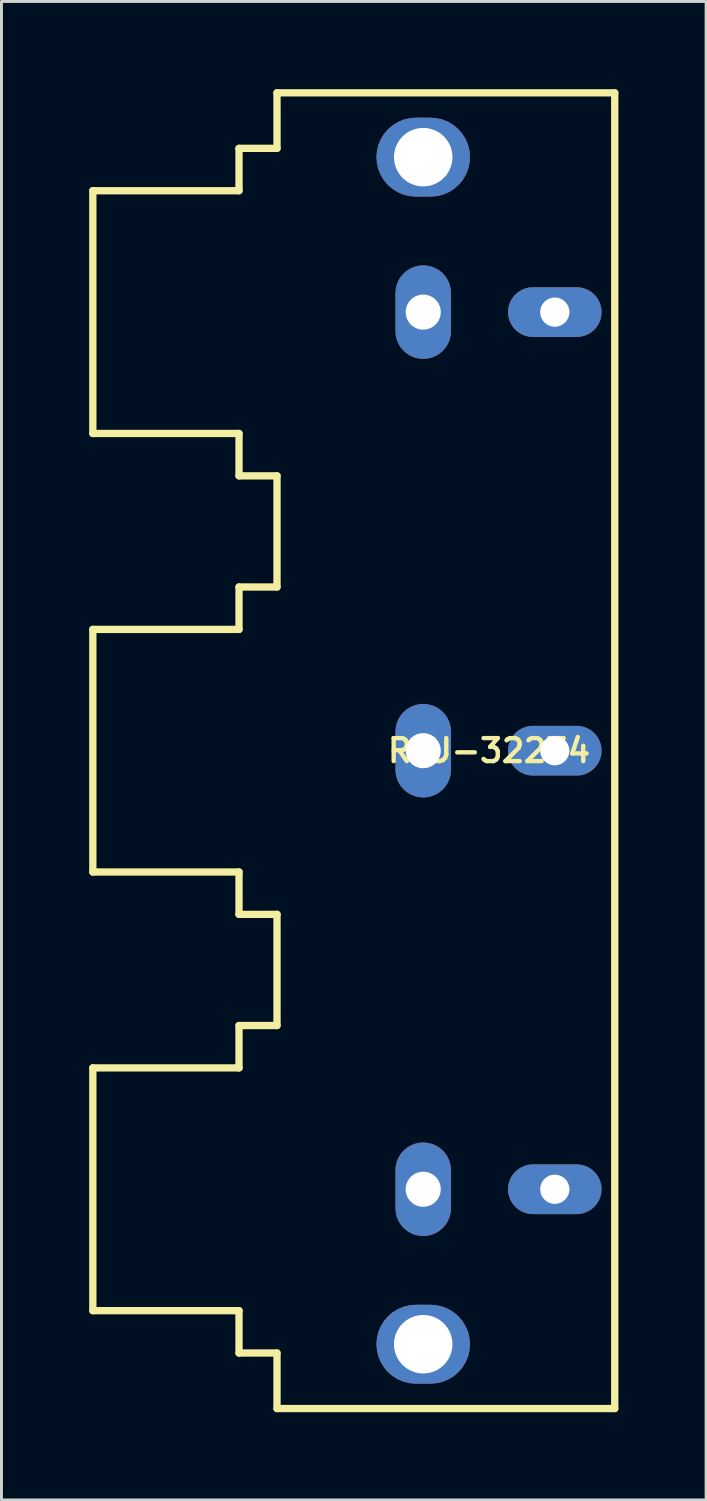
<source format=kicad_pcb>
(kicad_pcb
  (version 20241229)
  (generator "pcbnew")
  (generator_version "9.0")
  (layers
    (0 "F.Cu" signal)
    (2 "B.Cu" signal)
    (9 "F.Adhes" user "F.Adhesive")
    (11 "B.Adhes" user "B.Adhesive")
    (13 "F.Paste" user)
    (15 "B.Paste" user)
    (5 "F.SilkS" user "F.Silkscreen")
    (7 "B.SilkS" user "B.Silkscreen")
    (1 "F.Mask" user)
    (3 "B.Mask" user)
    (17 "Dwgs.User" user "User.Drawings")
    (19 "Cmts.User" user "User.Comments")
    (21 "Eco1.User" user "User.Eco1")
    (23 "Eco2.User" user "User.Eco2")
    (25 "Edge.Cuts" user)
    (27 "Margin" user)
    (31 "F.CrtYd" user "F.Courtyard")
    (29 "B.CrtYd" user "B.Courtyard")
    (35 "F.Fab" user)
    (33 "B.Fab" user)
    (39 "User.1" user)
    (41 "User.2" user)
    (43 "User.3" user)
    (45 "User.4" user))
  (footprint "RCJ-32234"
    (layer "F.Cu")
    (at 13.675 22.625)
    (property "Reference" "RCJ-32234" (at 0 0 0) (layer "F.SilkS") (effects (font (size 0.787 0.787) (thickness 0.15))))
    (attr through_hole)
    (fp_poly (pts (xy -2.5 -21.752) (xy -2.727 -21.734) (xy -2.949 -21.681) (xy -3.159 -21.593) (xy -3.353 -21.474) (xy -3.526 -21.326) (xy -3.674 -21.153) (xy -3.793 -20.959) (xy -3.881 -20.749) (xy -3.934 -20.527) (xy -3.952 -20.3) (xy -3.934 -20.073) (xy -3.881 -19.851) (xy -3.793 -19.641) (xy -3.674 -19.447) (xy -3.526 -19.274) (xy -3.353 -19.126) (xy -3.159 -19.007) (xy -2.949 -18.919) (xy -2.727 -18.866) (xy -2.5 -18.848) (xy -2 -18.848) (xy -1.773 -18.866) (xy -1.551 -18.919) (xy -1.341 -19.007) (xy -1.147 -19.126) (xy -0.974 -19.274) (xy -0.826 -19.447) (xy -0.707 -19.641) (xy -0.619 -19.851) (xy -0.566 -20.073) (xy -0.548 -20.3) (xy -0.566 -20.527) (xy -0.619 -20.749) (xy -0.707 -20.959) (xy -0.826 -21.153) (xy -0.974 -21.326) (xy -1.147 -21.474) (xy -1.341 -21.593) (xy -1.551 -21.681) (xy -1.773 -21.734) (xy -2 -21.752)) (stroke (width 0.002) (type solid)) (fill yes) (layer "F.Mask"))
    (fp_poly (pts (xy -2.5 18.848) (xy -2.727 18.866) (xy -2.949 18.919) (xy -3.159 19.007) (xy -3.353 19.126) (xy -3.526 19.274) (xy -3.674 19.447) (xy -3.793 19.641) (xy -3.881 19.851) (xy -3.934 20.073) (xy -3.952 20.3) (xy -3.934 20.527) (xy -3.881 20.749) (xy -3.793 20.959) (xy -3.674 21.153) (xy -3.526 21.326) (xy -3.353 21.474) (xy -3.159 21.593) (xy -2.949 21.681) (xy -2.727 21.734) (xy -2.5 21.752) (xy -2 21.752) (xy -1.773 21.734) (xy -1.551 21.681) (xy -1.341 21.593) (xy -1.147 21.474) (xy -0.974 21.326) (xy -0.826 21.153) (xy -0.707 20.959) (xy -0.619 20.749) (xy -0.566 20.527) (xy -0.548 20.3) (xy -0.566 20.073) (xy -0.619 19.851) (xy -0.707 19.641) (xy -0.826 19.447) (xy -0.974 19.274) (xy -1.147 19.126) (xy -1.341 19.007) (xy -1.551 18.919) (xy -1.773 18.866) (xy -2 18.848)) (stroke (width 0.002) (type solid)) (fill yes) (layer "F.Mask"))
    (fp_poly (pts (xy -1.198 -15.65) (xy -1.211 -15.815) (xy -1.25 -15.975) (xy -1.313 -16.127) (xy -1.399 -16.268) (xy -1.506 -16.394) (xy -1.632 -16.501) (xy -1.773 -16.587) (xy -1.925 -16.65) (xy -2.085 -16.689) (xy -2.25 -16.702) (xy -2.415 -16.689) (xy -2.575 -16.65) (xy -2.727 -16.587) (xy -2.868 -16.501) (xy -2.994 -16.394) (xy -3.101 -16.268) (xy -3.187 -16.127) (xy -3.25 -15.975) (xy -3.289 -15.815) (xy -3.302 -15.65) (xy -3.302 -14.35) (xy -3.289 -14.185) (xy -3.25 -14.025) (xy -3.187 -13.873) (xy -3.101 -13.732) (xy -2.994 -13.606) (xy -2.868 -13.499) (xy -2.727 -13.413) (xy -2.575 -13.35) (xy -2.415 -13.311) (xy -2.25 -13.298) (xy -2.085 -13.311) (xy -1.925 -13.35) (xy -1.773 -13.413) (xy -1.632 -13.499) (xy -1.506 -13.606) (xy -1.399 -13.732) (xy -1.313 -13.873) (xy -1.25 -14.025) (xy -1.211 -14.185) (xy -1.198 -14.35)) (stroke (width 0.002) (type solid)) (fill yes) (layer "F.Mask"))
    (fp_poly (pts (xy -1.198 -0.65) (xy -1.211 -0.815) (xy -1.25 -0.975) (xy -1.313 -1.127) (xy -1.399 -1.268) (xy -1.506 -1.394) (xy -1.632 -1.501) (xy -1.773 -1.587) (xy -1.925 -1.65) (xy -2.085 -1.689) (xy -2.25 -1.702) (xy -2.415 -1.689) (xy -2.575 -1.65) (xy -2.727 -1.587) (xy -2.868 -1.501) (xy -2.994 -1.394) (xy -3.101 -1.268) (xy -3.187 -1.127) (xy -3.25 -0.975) (xy -3.289 -0.815) (xy -3.302 -0.65) (xy -3.302 0.65) (xy -3.289 0.815) (xy -3.25 0.975) (xy -3.187 1.127) (xy -3.101 1.268) (xy -2.994 1.394) (xy -2.868 1.501) (xy -2.727 1.587) (xy -2.575 1.65) (xy -2.415 1.689) (xy -2.25 1.702) (xy -2.085 1.689) (xy -1.925 1.65) (xy -1.773 1.587) (xy -1.632 1.501) (xy -1.506 1.394) (xy -1.399 1.268) (xy -1.313 1.127) (xy -1.25 0.975) (xy -1.211 0.815) (xy -1.198 0.65)) (stroke (width 0.002) (type solid)) (fill yes) (layer "F.Mask"))
    (fp_poly (pts (xy -1.198 14.35) (xy -1.211 14.185) (xy -1.25 14.025) (xy -1.313 13.873) (xy -1.399 13.732) (xy -1.506 13.606) (xy -1.632 13.499) (xy -1.773 13.413) (xy -1.925 13.35) (xy -2.085 13.311) (xy -2.25 13.298) (xy -2.415 13.311) (xy -2.575 13.35) (xy -2.727 13.413) (xy -2.868 13.499) (xy -2.994 13.606) (xy -3.101 13.732) (xy -3.187 13.873) (xy -3.25 14.025) (xy -3.289 14.185) (xy -3.302 14.35) (xy -3.302 15.65) (xy -3.289 15.815) (xy -3.25 15.975) (xy -3.187 16.127) (xy -3.101 16.268) (xy -2.994 16.394) (xy -2.868 16.501) (xy -2.727 16.587) (xy -2.575 16.65) (xy -2.415 16.689) (xy -2.25 16.702) (xy -2.085 16.689) (xy -1.925 16.65) (xy -1.773 16.587) (xy -1.632 16.501) (xy -1.506 16.394) (xy -1.399 16.268) (xy -1.313 16.127) (xy -1.25 15.975) (xy -1.211 15.815) (xy -1.198 15.65)) (stroke (width 0.002) (type solid)) (fill yes) (layer "F.Mask"))
    (fp_poly (pts (xy 1.5 -15.952) (xy 1.351 -15.94) (xy 1.206 -15.905) (xy 1.068 -15.848) (xy 0.941 -15.77) (xy 0.827 -15.673) (xy 0.73 -15.559) (xy 0.652 -15.432) (xy 0.595 -15.294) (xy 0.56 -15.149) (xy 0.548 -15) (xy 0.56 -14.851) (xy 0.595 -14.706) (xy 0.652 -14.568) (xy 0.73 -14.441) (xy 0.827 -14.327) (xy 0.941 -14.23) (xy 1.068 -14.152) (xy 1.206 -14.095) (xy 1.351 -14.06) (xy 1.5 -14.048) (xy 3 -14.048) (xy 3.149 -14.06) (xy 3.294 -14.095) (xy 3.432 -14.152) (xy 3.559 -14.23) (xy 3.673 -14.327) (xy 3.77 -14.441) (xy 3.848 -14.568) (xy 3.905 -14.706) (xy 3.94 -14.851) (xy 3.952 -15) (xy 3.94 -15.149) (xy 3.905 -15.294) (xy 3.848 -15.432) (xy 3.77 -15.559) (xy 3.673 -15.673) (xy 3.559 -15.77) (xy 3.432 -15.848) (xy 3.294 -15.905) (xy 3.149 -15.94) (xy 3 -15.952)) (stroke (width 0.002) (type solid)) (fill yes) (layer "F.Mask"))
    (fp_poly (pts (xy 1.5 -0.952) (xy 1.351 -0.94) (xy 1.206 -0.905) (xy 1.068 -0.848) (xy 0.941 -0.77) (xy 0.827 -0.673) (xy 0.73 -0.559) (xy 0.652 -0.432) (xy 0.595 -0.294) (xy 0.56 -0.149) (xy 0.548 0) (xy 0.56 0.149) (xy 0.595 0.294) (xy 0.652 0.432) (xy 0.73 0.559) (xy 0.827 0.673) (xy 0.941 0.77) (xy 1.068 0.848) (xy 1.206 0.905) (xy 1.351 0.94) (xy 1.5 0.952) (xy 3 0.952) (xy 3.149 0.94) (xy 3.294 0.905) (xy 3.432 0.848) (xy 3.559 0.77) (xy 3.673 0.673) (xy 3.77 0.559) (xy 3.848 0.432) (xy 3.905 0.294) (xy 3.94 0.149) (xy 3.952 0) (xy 3.94 -0.149) (xy 3.905 -0.294) (xy 3.848 -0.432) (xy 3.77 -0.559) (xy 3.673 -0.673) (xy 3.559 -0.77) (xy 3.432 -0.848) (xy 3.294 -0.905) (xy 3.149 -0.94) (xy 3 -0.952)) (stroke (width 0.002) (type solid)) (fill yes) (layer "F.Mask"))
    (fp_poly (pts (xy 1.5 14.048) (xy 1.351 14.06) (xy 1.206 14.095) (xy 1.068 14.152) (xy 0.941 14.23) (xy 0.827 14.327) (xy 0.73 14.441) (xy 0.652 14.568) (xy 0.595 14.706) (xy 0.56 14.851) (xy 0.548 15) (xy 0.56 15.149) (xy 0.595 15.294) (xy 0.652 15.432) (xy 0.73 15.559) (xy 0.827 15.673) (xy 0.941 15.77) (xy 1.068 15.848) (xy 1.206 15.905) (xy 1.351 15.94) (xy 1.5 15.952) (xy 3 15.952) (xy 3.149 15.94) (xy 3.294 15.905) (xy 3.432 15.848) (xy 3.559 15.77) (xy 3.673 15.673) (xy 3.77 15.559) (xy 3.848 15.432) (xy 3.905 15.294) (xy 3.94 15.149) (xy 3.952 15) (xy 3.94 14.851) (xy 3.905 14.706) (xy 3.848 14.568) (xy 3.77 14.441) (xy 3.673 14.327) (xy 3.559 14.23) (xy 3.432 14.152) (xy 3.294 14.095) (xy 3.149 14.06) (xy 3 14.048)) (stroke (width 0.002) (type solid)) (fill yes) (layer "F.Mask"))
    (fp_poly (pts (xy -2.5 -21.752) (xy -2.727 -21.734) (xy -2.949 -21.681) (xy -3.159 -21.593) (xy -3.353 -21.474) (xy -3.526 -21.326) (xy -3.674 -21.153) (xy -3.793 -20.959) (xy -3.881 -20.749) (xy -3.934 -20.527) (xy -3.952 -20.3) (xy -3.934 -20.073) (xy -3.881 -19.851) (xy -3.793 -19.641) (xy -3.674 -19.447) (xy -3.526 -19.274) (xy -3.353 -19.126) (xy -3.159 -19.007) (xy -2.949 -18.919) (xy -2.727 -18.866) (xy -2.5 -18.848) (xy -2 -18.848) (xy -1.773 -18.866) (xy -1.551 -18.919) (xy -1.341 -19.007) (xy -1.147 -19.126) (xy -0.974 -19.274) (xy -0.826 -19.447) (xy -0.707 -19.641) (xy -0.619 -19.851) (xy -0.566 -20.073) (xy -0.548 -20.3) (xy -0.566 -20.527) (xy -0.619 -20.749) (xy -0.707 -20.959) (xy -0.826 -21.153) (xy -0.974 -21.326) (xy -1.147 -21.474) (xy -1.341 -21.593) (xy -1.551 -21.681) (xy -1.773 -21.734) (xy -2 -21.752)) (stroke (width 0.002) (type solid)) (fill yes) (layer "B.Mask"))
    (fp_poly (pts (xy -2.5 18.848) (xy -2.727 18.866) (xy -2.949 18.919) (xy -3.159 19.007) (xy -3.353 19.126) (xy -3.526 19.274) (xy -3.674 19.447) (xy -3.793 19.641) (xy -3.881 19.851) (xy -3.934 20.073) (xy -3.952 20.3) (xy -3.934 20.527) (xy -3.881 20.749) (xy -3.793 20.959) (xy -3.674 21.153) (xy -3.526 21.326) (xy -3.353 21.474) (xy -3.159 21.593) (xy -2.949 21.681) (xy -2.727 21.734) (xy -2.5 21.752) (xy -2 21.752) (xy -1.773 21.734) (xy -1.551 21.681) (xy -1.341 21.593) (xy -1.147 21.474) (xy -0.974 21.326) (xy -0.826 21.153) (xy -0.707 20.959) (xy -0.619 20.749) (xy -0.566 20.527) (xy -0.548 20.3) (xy -0.566 20.073) (xy -0.619 19.851) (xy -0.707 19.641) (xy -0.826 19.447) (xy -0.974 19.274) (xy -1.147 19.126) (xy -1.341 19.007) (xy -1.551 18.919) (xy -1.773 18.866) (xy -2 18.848)) (stroke (width 0.002) (type solid)) (fill yes) (layer "B.Mask"))
    (fp_poly (pts (xy -1.198 -15.65) (xy -1.211 -15.815) (xy -1.25 -15.975) (xy -1.313 -16.127) (xy -1.399 -16.268) (xy -1.506 -16.394) (xy -1.632 -16.501) (xy -1.773 -16.587) (xy -1.925 -16.65) (xy -2.085 -16.689) (xy -2.25 -16.702) (xy -2.415 -16.689) (xy -2.575 -16.65) (xy -2.727 -16.587) (xy -2.868 -16.501) (xy -2.994 -16.394) (xy -3.101 -16.268) (xy -3.187 -16.127) (xy -3.25 -15.975) (xy -3.289 -15.815) (xy -3.302 -15.65) (xy -3.302 -14.35) (xy -3.289 -14.185) (xy -3.25 -14.025) (xy -3.187 -13.873) (xy -3.101 -13.732) (xy -2.994 -13.606) (xy -2.868 -13.499) (xy -2.727 -13.413) (xy -2.575 -13.35) (xy -2.415 -13.311) (xy -2.25 -13.298) (xy -2.085 -13.311) (xy -1.925 -13.35) (xy -1.773 -13.413) (xy -1.632 -13.499) (xy -1.506 -13.606) (xy -1.399 -13.732) (xy -1.313 -13.873) (xy -1.25 -14.025) (xy -1.211 -14.185) (xy -1.198 -14.35)) (stroke (width 0.002) (type solid)) (fill yes) (layer "B.Mask"))
    (fp_poly (pts (xy -1.198 -0.65) (xy -1.211 -0.815) (xy -1.25 -0.975) (xy -1.313 -1.127) (xy -1.399 -1.268) (xy -1.506 -1.394) (xy -1.632 -1.501) (xy -1.773 -1.587) (xy -1.925 -1.65) (xy -2.085 -1.689) (xy -2.25 -1.702) (xy -2.415 -1.689) (xy -2.575 -1.65) (xy -2.727 -1.587) (xy -2.868 -1.501) (xy -2.994 -1.394) (xy -3.101 -1.268) (xy -3.187 -1.127) (xy -3.25 -0.975) (xy -3.289 -0.815) (xy -3.302 -0.65) (xy -3.302 0.65) (xy -3.289 0.815) (xy -3.25 0.975) (xy -3.187 1.127) (xy -3.101 1.268) (xy -2.994 1.394) (xy -2.868 1.501) (xy -2.727 1.587) (xy -2.575 1.65) (xy -2.415 1.689) (xy -2.25 1.702) (xy -2.085 1.689) (xy -1.925 1.65) (xy -1.773 1.587) (xy -1.632 1.501) (xy -1.506 1.394) (xy -1.399 1.268) (xy -1.313 1.127) (xy -1.25 0.975) (xy -1.211 0.815) (xy -1.198 0.65)) (stroke (width 0.002) (type solid)) (fill yes) (layer "B.Mask"))
    (fp_poly (pts (xy -1.198 14.35) (xy -1.211 14.185) (xy -1.25 14.025) (xy -1.313 13.873) (xy -1.399 13.732) (xy -1.506 13.606) (xy -1.632 13.499) (xy -1.773 13.413) (xy -1.925 13.35) (xy -2.085 13.311) (xy -2.25 13.298) (xy -2.415 13.311) (xy -2.575 13.35) (xy -2.727 13.413) (xy -2.868 13.499) (xy -2.994 13.606) (xy -3.101 13.732) (xy -3.187 13.873) (xy -3.25 14.025) (xy -3.289 14.185) (xy -3.302 14.35) (xy -3.302 15.65) (xy -3.289 15.815) (xy -3.25 15.975) (xy -3.187 16.127) (xy -3.101 16.268) (xy -2.994 16.394) (xy -2.868 16.501) (xy -2.727 16.587) (xy -2.575 16.65) (xy -2.415 16.689) (xy -2.25 16.702) (xy -2.085 16.689) (xy -1.925 16.65) (xy -1.773 16.587) (xy -1.632 16.501) (xy -1.506 16.394) (xy -1.399 16.268) (xy -1.313 16.127) (xy -1.25 15.975) (xy -1.211 15.815) (xy -1.198 15.65)) (stroke (width 0.002) (type solid)) (fill yes) (layer "B.Mask"))
    (fp_poly (pts (xy 1.5 -15.952) (xy 1.351 -15.94) (xy 1.206 -15.905) (xy 1.068 -15.848) (xy 0.941 -15.77) (xy 0.827 -15.673) (xy 0.73 -15.559) (xy 0.652 -15.432) (xy 0.595 -15.294) (xy 0.56 -15.149) (xy 0.548 -15) (xy 0.56 -14.851) (xy 0.595 -14.706) (xy 0.652 -14.568) (xy 0.73 -14.441) (xy 0.827 -14.327) (xy 0.941 -14.23) (xy 1.068 -14.152) (xy 1.206 -14.095) (xy 1.351 -14.06) (xy 1.5 -14.048) (xy 3 -14.048) (xy 3.149 -14.06) (xy 3.294 -14.095) (xy 3.432 -14.152) (xy 3.559 -14.23) (xy 3.673 -14.327) (xy 3.77 -14.441) (xy 3.848 -14.568) (xy 3.905 -14.706) (xy 3.94 -14.851) (xy 3.952 -15) (xy 3.94 -15.149) (xy 3.905 -15.294) (xy 3.848 -15.432) (xy 3.77 -15.559) (xy 3.673 -15.673) (xy 3.559 -15.77) (xy 3.432 -15.848) (xy 3.294 -15.905) (xy 3.149 -15.94) (xy 3 -15.952)) (stroke (width 0.002) (type solid)) (fill yes) (layer "B.Mask"))
    (fp_poly (pts (xy 1.5 -0.952) (xy 1.351 -0.94) (xy 1.206 -0.905) (xy 1.068 -0.848) (xy 0.941 -0.77) (xy 0.827 -0.673) (xy 0.73 -0.559) (xy 0.652 -0.432) (xy 0.595 -0.294) (xy 0.56 -0.149) (xy 0.548 0) (xy 0.56 0.149) (xy 0.595 0.294) (xy 0.652 0.432) (xy 0.73 0.559) (xy 0.827 0.673) (xy 0.941 0.77) (xy 1.068 0.848) (xy 1.206 0.905) (xy 1.351 0.94) (xy 1.5 0.952) (xy 3 0.952) (xy 3.149 0.94) (xy 3.294 0.905) (xy 3.432 0.848) (xy 3.559 0.77) (xy 3.673 0.673) (xy 3.77 0.559) (xy 3.848 0.432) (xy 3.905 0.294) (xy 3.94 0.149) (xy 3.952 0) (xy 3.94 -0.149) (xy 3.905 -0.294) (xy 3.848 -0.432) (xy 3.77 -0.559) (xy 3.673 -0.673) (xy 3.559 -0.77) (xy 3.432 -0.848) (xy 3.294 -0.905) (xy 3.149 -0.94) (xy 3 -0.952)) (stroke (width 0.002) (type solid)) (fill yes) (layer "B.Mask"))
    (fp_poly (pts (xy 1.5 14.048) (xy 1.351 14.06) (xy 1.206 14.095) (xy 1.068 14.152) (xy 0.941 14.23) (xy 0.827 14.327) (xy 0.73 14.441) (xy 0.652 14.568) (xy 0.595 14.706) (xy 0.56 14.851) (xy 0.548 15) (xy 0.56 15.149) (xy 0.595 15.294) (xy 0.652 15.432) (xy 0.73 15.559) (xy 0.827 15.673) (xy 0.941 15.77) (xy 1.068 15.848) (xy 1.206 15.905) (xy 1.351 15.94) (xy 1.5 15.952) (xy 3 15.952) (xy 3.149 15.94) (xy 3.294 15.905) (xy 3.432 15.848) (xy 3.559 15.77) (xy 3.673 15.673) (xy 3.77 15.559) (xy 3.848 15.432) (xy 3.905 15.294) (xy 3.94 15.149) (xy 3.952 15) (xy 3.94 14.851) (xy 3.905 14.706) (xy 3.848 14.568) (xy 3.77 14.441) (xy 3.673 14.327) (xy 3.559 14.23) (xy 3.432 14.152) (xy 3.294 14.095) (xy 3.149 14.06) (xy 3 14.048)) (stroke (width 0.002) (type solid)) (fill yes) (layer "B.Mask"))
    (fp_line (start -13.55 -19.152) (end -8.55 -19.152) (stroke (width 0.25) (type solid)) (layer "F.SilkS"))
    (fp_line (start -13.55 -10.849) (end -13.55 -19.152) (stroke (width 0.25) (type solid)) (layer "F.SilkS"))
    (fp_line (start -13.55 -10.849) (end -8.55 -10.849) (stroke (width 0.25) (type solid)) (layer "F.SilkS"))
    (fp_line (start -13.55 -4.149) (end -8.55 -4.149) (stroke (width 0.25) (type solid)) (layer "F.SilkS"))
    (fp_line (start -13.55 4.149) (end -13.55 -4.149) (stroke (width 0.25) (type solid)) (layer "F.SilkS"))
    (fp_line (start -13.55 4.149) (end -8.55 4.149) (stroke (width 0.25) (type solid)) (layer "F.SilkS"))
    (fp_line (start -13.55 10.849) (end -8.55 10.849) (stroke (width 0.25) (type solid)) (layer "F.SilkS"))
    (fp_line (start -13.55 19.152) (end -13.55 10.849) (stroke (width 0.25) (type solid)) (layer "F.SilkS"))
    (fp_line (start -13.55 19.152) (end -8.55 19.152) (stroke (width 0.25) (type solid)) (layer "F.SilkS"))
    (fp_line (start -8.55 -20.601) (end -7.251 -20.601) (stroke (width 0.25) (type solid)) (layer "F.SilkS"))
    (fp_line (start -8.55 -19.152) (end -8.55 -20.601) (stroke (width 0.25) (type solid)) (layer "F.SilkS"))
    (fp_line (start -8.55 -9.4) (end -8.55 -10.849) (stroke (width 0.25) (type solid)) (layer "F.SilkS"))
    (fp_line (start -8.55 -5.598) (end -7.251 -5.598) (stroke (width 0.25) (type solid)) (layer "F.SilkS"))
    (fp_line (start -8.55 -4.149) (end -8.55 -5.598) (stroke (width 0.25) (type solid)) (layer "F.SilkS"))
    (fp_line (start -8.55 5.598) (end -8.55 4.149) (stroke (width 0.25) (type solid)) (layer "F.SilkS"))
    (fp_line (start -8.55 9.4) (end -7.251 9.4) (stroke (width 0.25) (type solid)) (layer "F.SilkS"))
    (fp_line (start -8.55 10.849) (end -8.55 9.4) (stroke (width 0.25) (type solid)) (layer "F.SilkS"))
    (fp_line (start -8.55 19.152) (end -8.55 20.601) (stroke (width 0.25) (type solid)) (layer "F.SilkS"))
    (fp_line (start -8.55 20.601) (end -7.251 20.601) (stroke (width 0.25) (type solid)) (layer "F.SilkS"))
    (fp_line (start -7.251 -20.601) (end -7.251 -22.5) (stroke (width 0.25) (type solid)) (layer "F.SilkS"))
    (fp_line (start -7.251 -9.4) (end -8.55 -9.4) (stroke (width 0.25) (type solid)) (layer "F.SilkS"))
    (fp_line (start -7.251 -5.598) (end -7.251 -9.4) (stroke (width 0.25) (type solid)) (layer "F.SilkS"))
    (fp_line (start -7.251 5.598) (end -8.55 5.598) (stroke (width 0.25) (type solid)) (layer "F.SilkS"))
    (fp_line (start -7.251 9.4) (end -7.251 5.598) (stroke (width 0.25) (type solid)) (layer "F.SilkS"))
    (fp_line (start -7.251 20.601) (end -7.251 22.5) (stroke (width 0.25) (type solid)) (layer "F.SilkS"))
    (fp_line (start 4.3 -22.5) (end -7.251 -22.5) (stroke (width 0.25) (type solid)) (layer "F.SilkS"))
    (fp_line (start 4.3 22.5) (end -7.251 22.5) (stroke (width 0.25) (type solid)) (layer "F.SilkS"))
    (fp_line (start 4.3 22.5) (end 4.3 -22.5) (stroke (width 0.25) (type solid)) (layer "F.SilkS"))
    (pad "1" thru_hole custom (at -2.25 -15) (size 1.9 1.9) (drill 1.2) (layers "*.Cu") (options (anchor circle)) (primitives (gr_poly (pts (xy 0.949 -0.65) (xy 0.937 -0.798) (xy 0.903 -0.943) (xy 0.846 -1.081) (xy 0.768 -1.208) (xy 0.671 -1.321) (xy 0.558 -1.418) (xy 0.431 -1.496) (xy 0.293 -1.553) (xy 0.148 -1.587) (xy 0 -1.599) (xy -0.148 -1.587) (xy -0.293 -1.553) (xy -0.431 -1.496) (xy -0.558 -1.418) (xy -0.671 -1.321) (xy -0.768 -1.208) (xy -0.846 -1.081) (xy -0.903 -0.943) (xy -0.937 -0.798) (xy -0.949 -0.65) (xy -0.949 0.65) (xy -0.937 0.798) (xy -0.903 0.943) (xy -0.846 1.081) (xy -0.768 1.208) (xy -0.671 1.321) (xy -0.558 1.418) (xy -0.431 1.496) (xy -0.293 1.553) (xy -0.148 1.587) (xy 0 1.599) (xy 0.148 1.587) (xy 0.293 1.553) (xy 0.431 1.496) (xy 0.558 1.418) (xy 0.671 1.321) (xy 0.768 1.208) (xy 0.846 1.081) (xy 0.903 0.943) (xy 0.937 0.798) (xy 0.949 0.65)) (width 0.002) (fill yes))))
    (pad "2" thru_hole custom (at 2.25 -15) (size 1.7 1.7) (drill 1) (layers "*.Cu") (options (anchor circle)) (primitives (gr_poly (pts (xy -0.75 -0.849) (xy -0.883 -0.839) (xy -1.012 -0.807) (xy -1.135 -0.756) (xy -1.249 -0.687) (xy -1.35 -0.6) (xy -1.437 -0.499) (xy -1.506 -0.385) (xy -1.557 -0.262) (xy -1.589 -0.133) (xy -1.599 0) (xy -1.589 0.133) (xy -1.557 0.262) (xy -1.506 0.385) (xy -1.437 0.499) (xy -1.35 0.6) (xy -1.249 0.687) (xy -1.135 0.756) (xy -1.012 0.807) (xy -0.883 0.839) (xy -0.75 0.849) (xy 0.75 0.849) (xy 0.883 0.839) (xy 1.012 0.807) (xy 1.135 0.756) (xy 1.249 0.687) (xy 1.35 0.6) (xy 1.437 0.499) (xy 1.506 0.385) (xy 1.557 0.262) (xy 1.589 0.133) (xy 1.599 0) (xy 1.589 -0.133) (xy 1.557 -0.262) (xy 1.506 -0.385) (xy 1.437 -0.499) (xy 1.35 -0.6) (xy 1.249 -0.687) (xy 1.135 -0.756) (xy 1.012 -0.807) (xy 0.883 -0.839) (xy 0.75 -0.849)) (width 0.002) (fill yes))))
    (pad "3" thru_hole custom (at -2.25 0) (size 1.9 1.9) (drill 1.2) (layers "*.Cu") (options (anchor circle)) (primitives (gr_poly (pts (xy 0.949 -0.65) (xy 0.937 -0.798) (xy 0.903 -0.943) (xy 0.846 -1.081) (xy 0.768 -1.208) (xy 0.671 -1.321) (xy 0.558 -1.418) (xy 0.431 -1.496) (xy 0.293 -1.553) (xy 0.148 -1.587) (xy 0 -1.599) (xy -0.148 -1.587) (xy -0.293 -1.553) (xy -0.431 -1.496) (xy -0.558 -1.418) (xy -0.671 -1.321) (xy -0.768 -1.208) (xy -0.846 -1.081) (xy -0.903 -0.943) (xy -0.937 -0.798) (xy -0.949 -0.65) (xy -0.949 0.65) (xy -0.937 0.798) (xy -0.903 0.943) (xy -0.846 1.081) (xy -0.768 1.208) (xy -0.671 1.321) (xy -0.558 1.418) (xy -0.431 1.496) (xy -0.293 1.553) (xy -0.148 1.587) (xy 0 1.599) (xy 0.148 1.587) (xy 0.293 1.553) (xy 0.431 1.496) (xy 0.558 1.418) (xy 0.671 1.321) (xy 0.768 1.208) (xy 0.846 1.081) (xy 0.903 0.943) (xy 0.937 0.798) (xy 0.949 0.65)) (width 0.002) (fill yes))))
    (pad "4" thru_hole custom (at 2.25 0) (size 1.7 1.7) (drill 1) (layers "*.Cu") (options (anchor circle)) (primitives (gr_poly (pts (xy -0.75 -0.849) (xy -0.883 -0.839) (xy -1.012 -0.807) (xy -1.135 -0.756) (xy -1.249 -0.687) (xy -1.35 -0.6) (xy -1.437 -0.499) (xy -1.506 -0.385) (xy -1.557 -0.262) (xy -1.589 -0.133) (xy -1.599 0) (xy -1.589 0.133) (xy -1.557 0.262) (xy -1.506 0.385) (xy -1.437 0.499) (xy -1.35 0.6) (xy -1.249 0.687) (xy -1.135 0.756) (xy -1.012 0.807) (xy -0.883 0.839) (xy -0.75 0.849) (xy 0.75 0.849) (xy 0.883 0.839) (xy 1.012 0.807) (xy 1.135 0.756) (xy 1.249 0.687) (xy 1.35 0.6) (xy 1.437 0.499) (xy 1.506 0.385) (xy 1.557 0.262) (xy 1.589 0.133) (xy 1.599 0) (xy 1.589 -0.133) (xy 1.557 -0.262) (xy 1.506 -0.385) (xy 1.437 -0.499) (xy 1.35 -0.6) (xy 1.249 -0.687) (xy 1.135 -0.756) (xy 1.012 -0.807) (xy 0.883 -0.839) (xy 0.75 -0.849)) (width 0.002) (fill yes))))
    (pad "5" thru_hole custom (at -2.25 15) (size 1.9 1.9) (drill 1.2) (layers "*.Cu") (options (anchor circle)) (primitives (gr_poly (pts (xy 0.949 -0.65) (xy 0.937 -0.798) (xy 0.903 -0.943) (xy 0.846 -1.081) (xy 0.768 -1.208) (xy 0.671 -1.321) (xy 0.558 -1.418) (xy 0.431 -1.496) (xy 0.293 -1.553) (xy 0.148 -1.587) (xy 0 -1.599) (xy -0.148 -1.587) (xy -0.293 -1.553) (xy -0.431 -1.496) (xy -0.558 -1.418) (xy -0.671 -1.321) (xy -0.768 -1.208) (xy -0.846 -1.081) (xy -0.903 -0.943) (xy -0.937 -0.798) (xy -0.949 -0.65) (xy -0.949 0.65) (xy -0.937 0.798) (xy -0.903 0.943) (xy -0.846 1.081) (xy -0.768 1.208) (xy -0.671 1.321) (xy -0.558 1.418) (xy -0.431 1.496) (xy -0.293 1.553) (xy -0.148 1.587) (xy 0 1.599) (xy 0.148 1.587) (xy 0.293 1.553) (xy 0.431 1.496) (xy 0.558 1.418) (xy 0.671 1.321) (xy 0.768 1.208) (xy 0.846 1.081) (xy 0.903 0.943) (xy 0.937 0.798) (xy 0.949 0.65)) (width 0.002) (fill yes))))
    (pad "6" thru_hole custom (at 2.25 15) (size 1.7 1.7) (drill 1) (layers "*.Cu") (options (anchor circle)) (primitives (gr_poly (pts (xy -0.75 -0.849) (xy -0.883 -0.839) (xy -1.012 -0.807) (xy -1.135 -0.756) (xy -1.249 -0.687) (xy -1.35 -0.6) (xy -1.437 -0.499) (xy -1.506 -0.385) (xy -1.557 -0.262) (xy -1.589 -0.133) (xy -1.599 0) (xy -1.589 0.133) (xy -1.557 0.262) (xy -1.506 0.385) (xy -1.437 0.499) (xy -1.35 0.6) (xy -1.249 0.687) (xy -1.135 0.756) (xy -1.012 0.807) (xy -0.883 0.839) (xy -0.75 0.849) (xy 0.75 0.849) (xy 0.883 0.839) (xy 1.012 0.807) (xy 1.135 0.756) (xy 1.249 0.687) (xy 1.35 0.6) (xy 1.437 0.499) (xy 1.506 0.385) (xy 1.557 0.262) (xy 1.589 0.133) (xy 1.599 0) (xy 1.589 -0.133) (xy 1.557 -0.262) (xy 1.506 -0.385) (xy 1.437 -0.499) (xy 1.35 -0.6) (xy 1.249 -0.687) (xy 1.135 -0.756) (xy 1.012 -0.807) (xy 0.883 -0.839) (xy 0.75 -0.849)) (width 0.002) (fill yes))))
    (pad "7" thru_hole custom (at -2.25 -20.3) (size 2.7 2.7) (drill 2) (layers "*.Cu") (options (anchor circle)) (primitives (gr_poly (pts (xy -0.25 -1.349) (xy -0.461 -1.332) (xy -0.667 -1.283) (xy -0.862 -1.202) (xy -1.043 -1.091) (xy -1.204 -0.954) (xy -1.341 -0.793) (xy -1.452 -0.612) (xy -1.533 -0.417) (xy -1.582 -0.211) (xy -1.599 0) (xy -1.582 0.211) (xy -1.533 0.417) (xy -1.452 0.612) (xy -1.341 0.793) (xy -1.204 0.954) (xy -1.043 1.091) (xy -0.862 1.202) (xy -0.667 1.283) (xy -0.461 1.332) (xy -0.25 1.349) (xy 0.25 1.349) (xy 0.461 1.332) (xy 0.667 1.283) (xy 0.862 1.202) (xy 1.043 1.091) (xy 1.204 0.954) (xy 1.341 0.793) (xy 1.452 0.612) (xy 1.533 0.417) (xy 1.582 0.211) (xy 1.599 0) (xy 1.582 -0.211) (xy 1.533 -0.417) (xy 1.452 -0.612) (xy 1.341 -0.793) (xy 1.204 -0.954) (xy 1.043 -1.091) (xy 0.862 -1.202) (xy 0.667 -1.283) (xy 0.461 -1.332) (xy 0.25 -1.349)) (width 0.002) (fill yes))))
    (pad "8" thru_hole custom (at -2.25 20.3) (size 2.7 2.7) (drill 2) (layers "*.Cu") (options (anchor circle)) (primitives (gr_poly (pts (xy -0.25 -1.349) (xy -0.461 -1.332) (xy -0.667 -1.283) (xy -0.862 -1.202) (xy -1.043 -1.091) (xy -1.204 -0.954) (xy -1.341 -0.793) (xy -1.452 -0.612) (xy -1.533 -0.417) (xy -1.582 -0.211) (xy -1.599 0) (xy -1.582 0.211) (xy -1.533 0.417) (xy -1.452 0.612) (xy -1.341 0.793) (xy -1.204 0.954) (xy -1.043 1.091) (xy -0.862 1.202) (xy -0.667 1.283) (xy -0.461 1.332) (xy -0.25 1.349) (xy 0.25 1.349) (xy 0.461 1.332) (xy 0.667 1.283) (xy 0.862 1.202) (xy 1.043 1.091) (xy 1.204 0.954) (xy 1.341 0.793) (xy 1.452 0.612) (xy 1.533 0.417) (xy 1.582 0.211) (xy 1.599 0) (xy 1.582 -0.211) (xy 1.533 -0.417) (xy 1.452 -0.612) (xy 1.341 -0.793) (xy 1.204 -0.954) (xy 1.043 -1.091) (xy 0.862 -1.202) (xy 0.667 -1.283) (xy 0.461 -1.332) (xy 0.25 -1.349)) (width 0.002) (fill yes)))))
  (gr_rect
    (start -3 -3)
    (end 21.1 48.25)
    (stroke (width 0.1) (type default))
    (fill no)
    (layer "Edge.Cuts")))
</source>
